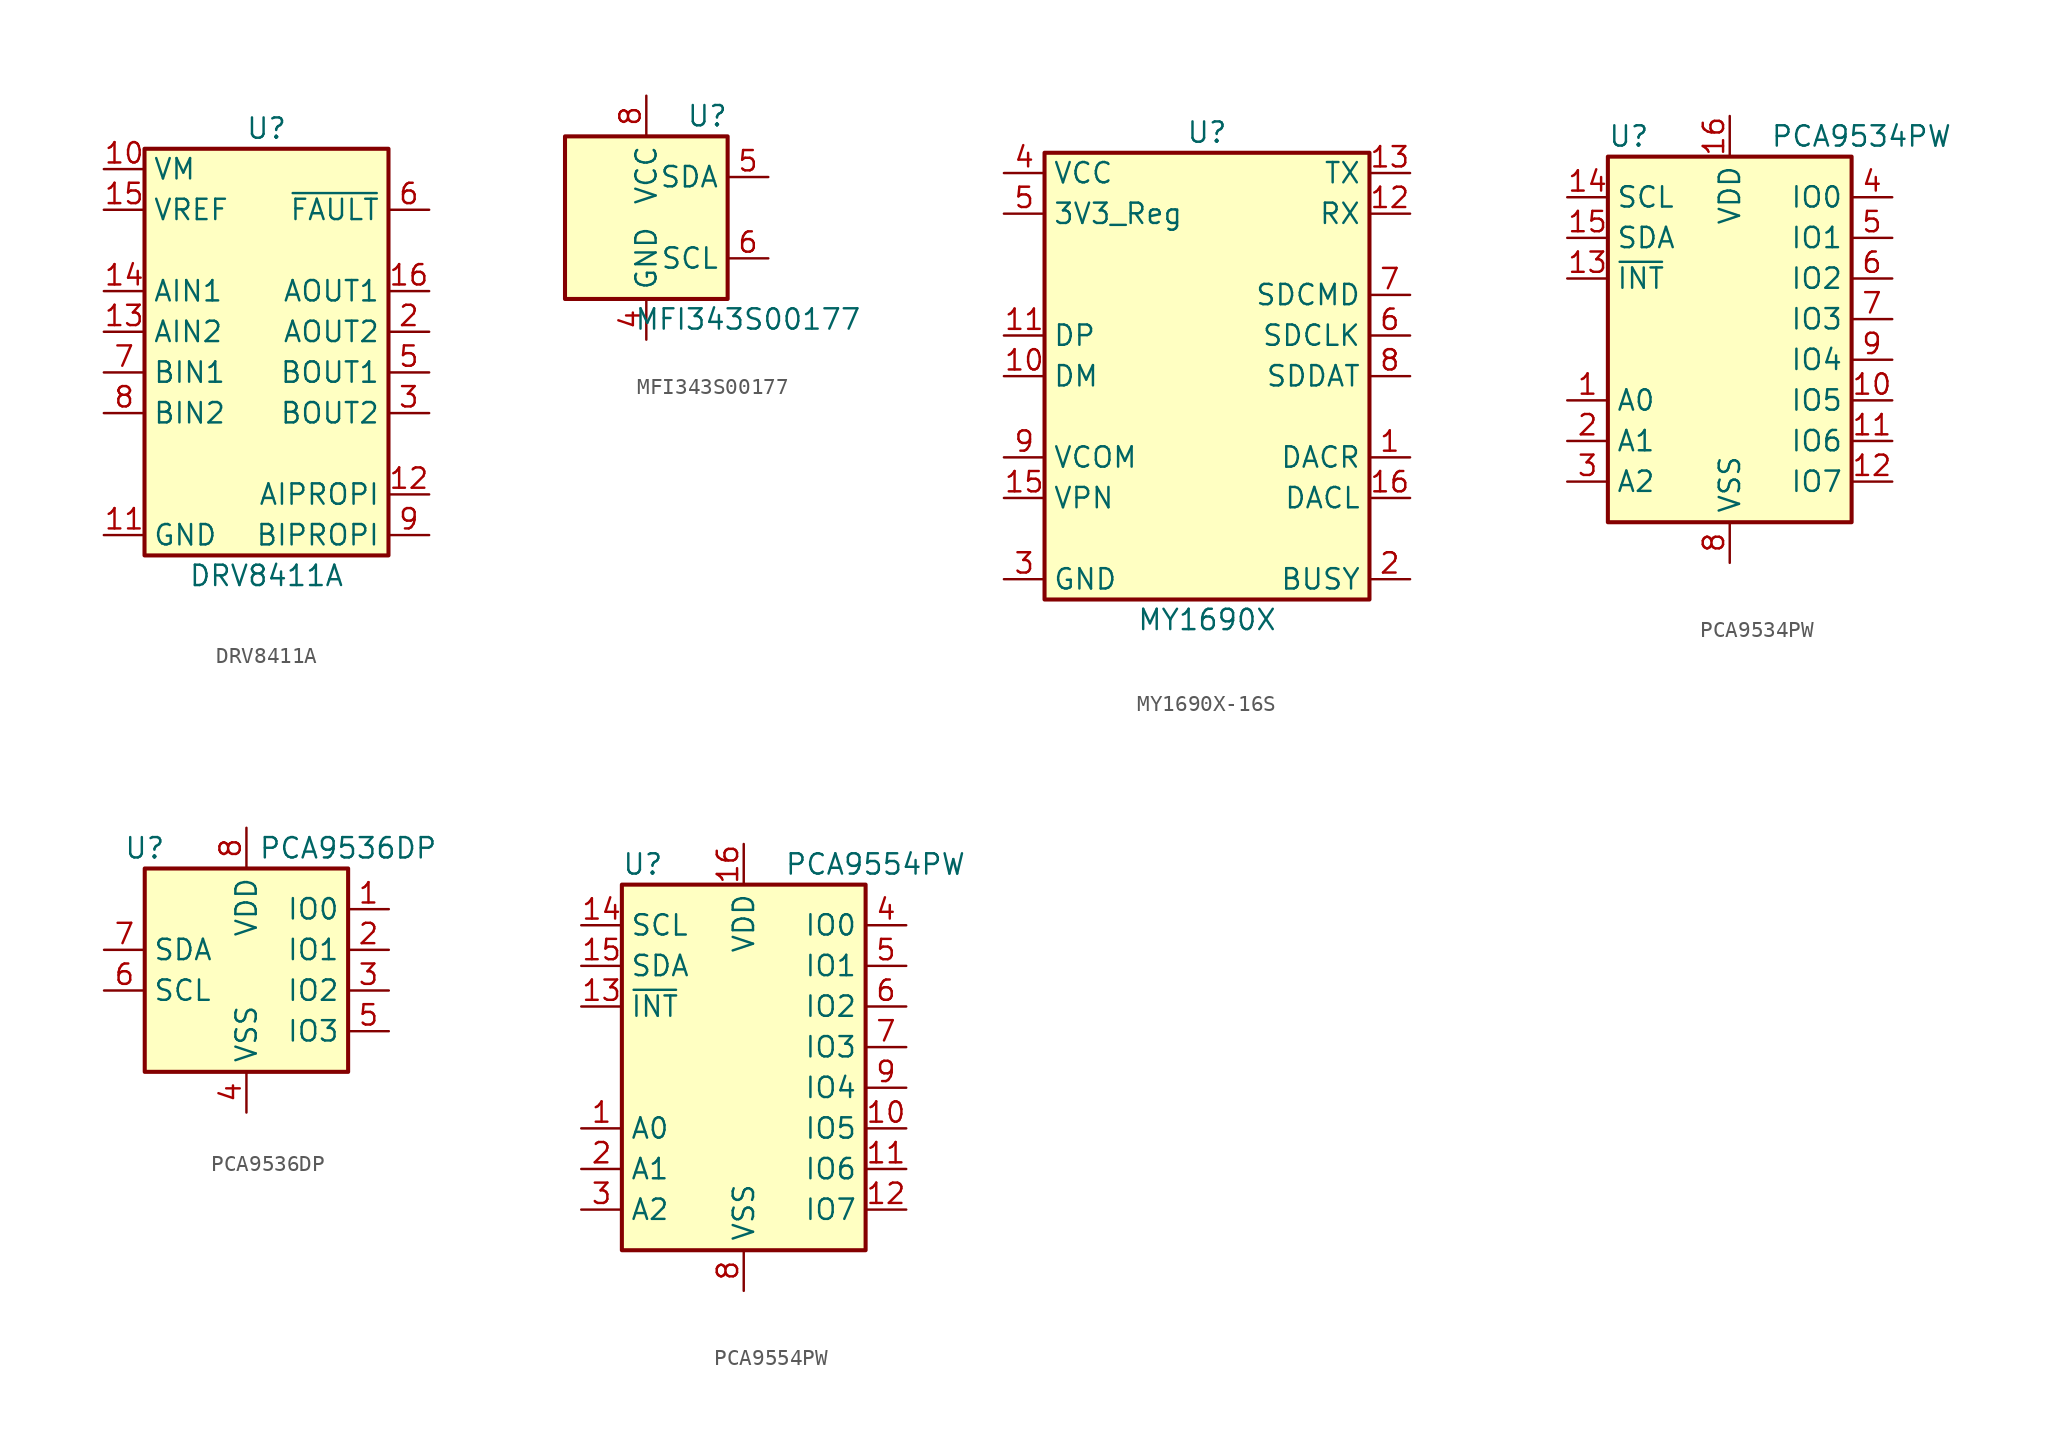
<source format=kicad_sym>
(kicad_symbol_lib
  (version 20241209)
  (generator "kicad_symbol_editor")
  (generator_version "9.0")
  (symbol "DRV8411A"
    (property "Reference" "U"
      (at 0 13.97 0)
      (effects (font (size 1.27 1.27))))
    (property "Value" "DRV8411A"
      (at 0 -13.97 0)
      (effects (font (size 1.27 1.27))))
    (symbol "DRV8411A_0_1"
      (rectangle (start -7.62 12.7) (end 7.62 -12.7) (stroke (width 0.254) (type default)) (fill (type background))))
    (symbol "DRV8411A_1_1"
      (pin power_in line (at -10.16 11.43 0) (length 2.54) (name "VM" (effects (font (size 1.27 1.27)))) (number "10" (effects (font (size 1.27 1.27)))))
      (pin power_in line (at -10.16 8.89 0) (length 2.54) (name "VREF" (effects (font (size 1.27 1.27)))) (number "15" (effects (font (size 1.27 1.27)))))
      (pin input line (at -10.16 3.81 0) (length 2.54) (name "AIN1" (effects (font (size 1.27 1.27)))) (number "14" (effects (font (size 1.27 1.27)))))
      (pin input line (at -10.16 1.27 0) (length 2.54) (name "AIN2" (effects (font (size 1.27 1.27)))) (number "13" (effects (font (size 1.27 1.27)))))
      (pin input line (at -10.16 -1.27 0) (length 2.54) (name "BIN1" (effects (font (size 1.27 1.27)))) (number "7" (effects (font (size 1.27 1.27)))))
      (pin input line (at -10.16 -3.81 0) (length 2.54) (name "BIN2" (effects (font (size 1.27 1.27)))) (number "8" (effects (font (size 1.27 1.27)))))
      (pin power_in line (at -10.16 -11.43 0) (length 2.54) (hide yes) (name "PGNDA" (effects (font (size 1.27 1.27)))) (number "1" (effects (font (size 1.27 1.27)))))
      (pin power_in line (at -10.16 -11.43 0) (length 2.54) (name "GND" (effects (font (size 1.27 1.27)))) (number "11" (effects (font (size 1.27 1.27)))))
      (pin power_in line (at -10.16 -11.43 0) (length 2.54) (hide yes) (name "PGNDB" (effects (font (size 1.27 1.27)))) (number "4" (effects (font (size 1.27 1.27)))))
      (pin power_in line (at -10.16 -11.43 0) (length 2.54) (hide yes) (name "PAD" (effects (font (size 1.27 1.27)))) (number "EP" (effects (font (size 1.27 1.27)))))
      (pin output line (at 10.16 8.89 180) (length 2.54) (name "~{FAULT}" (effects (font (size 1.27 1.27)))) (number "6" (effects (font (size 1.27 1.27)))))
      (pin output line (at 10.16 3.81 180) (length 2.54) (name "AOUT1" (effects (font (size 1.27 1.27)))) (number "16" (effects (font (size 1.27 1.27)))))
      (pin output line (at 10.16 1.27 180) (length 2.54) (name "AOUT2" (effects (font (size 1.27 1.27)))) (number "2" (effects (font (size 1.27 1.27)))))
      (pin output line (at 10.16 -1.27 180) (length 2.54) (name "BOUT1" (effects (font (size 1.27 1.27)))) (number "5" (effects (font (size 1.27 1.27)))))
      (pin output line (at 10.16 -3.81 180) (length 2.54) (name "BOUT2" (effects (font (size 1.27 1.27)))) (number "3" (effects (font (size 1.27 1.27)))))
      (pin output line (at 10.16 -8.89 180) (length 2.54) (name "AIPROPI" (effects (font (size 1.27 1.27)))) (number "12" (effects (font (size 1.27 1.27)))))
      (pin output line (at 10.16 -11.43 180) (length 2.54) (name "BIPROPI" (effects (font (size 1.27 1.27)))) (number "9" (effects (font (size 1.27 1.27)))))))
  (symbol "MFI343S00177"
    (property "Reference" "U"
      (at 3.81 6.35 0)
      (effects (font (size 1.27 1.27))))
    (property "Value" "MFI343S00177"
      (at 6.35 -6.35 0)
      (effects (font (size 1.27 1.27))))
    (symbol "MFI343S00177_0_1"
      (rectangle (start -5.08 5.08) (end 5.08 -5.08) (stroke (width 0.254) (type default)) (fill (type background))))
    (symbol "MFI343S00177_1_1"
      (pin no_connect line (at -5.08 2.54 0) (length 2.54) (hide yes) (name "EP" (effects (font (size 1.27 1.27)))) (number "9" (effects (font (size 1.27 1.27)))))
      (pin no_connect line (at -5.08 0 0) (length 2.54) (hide yes) (name "NC" (effects (font (size 1.27 1.27)))) (number "2" (effects (font (size 1.27 1.27)))))
      (pin no_connect line (at -5.08 -2.54 0) (length 2.54) (hide yes) (name "NC" (effects (font (size 1.27 1.27)))) (number "3" (effects (font (size 1.27 1.27)))))
      (pin power_in line (at 0 7.62 270) (length 2.54) (name "VCC" (effects (font (size 1.27 1.27)))) (number "8" (effects (font (size 1.27 1.27)))))
      (pin power_in line (at 0 -7.62 90) (length 2.54) (hide yes) (name "GND" (effects (font (size 1.27 1.27)))) (number "1" (effects (font (size 1.27 1.27)))))
      (pin power_in line (at 0 -7.62 90) (length 2.54) (name "GND" (effects (font (size 1.27 1.27)))) (number "4" (effects (font (size 1.27 1.27)))))
      (pin power_in line (at 0 -7.62 90) (length 2.54) (hide yes) (name "GND" (effects (font (size 1.27 1.27)))) (number "7" (effects (font (size 1.27 1.27)))))
      (pin bidirectional line (at 7.62 2.54 180) (length 2.54) (name "SDA" (effects (font (size 1.27 1.27)))) (number "5" (effects (font (size 1.27 1.27)))))
      (pin input line (at 7.62 -2.54 180) (length 2.54) (name "SCL" (effects (font (size 1.27 1.27)))) (number "6" (effects (font (size 1.27 1.27)))))))
  (symbol "MY1690X-16S"
    (property "Reference" "U"
      (at 0 15.24 0)
      (effects (font (size 1.27 1.27))))
    (property "Value" "MY1690X"
      (at 0 -15.24 0)
      (effects (font (size 1.27 1.27))))
    (symbol "MY1690X-16S_1_0"
      (rectangle (start -10.16 13.97) (end 10.16 -13.97) (stroke (width 0.254) (type default)) (fill (type background)))
      (pin power_in line (at -12.7 12.7 0) (length 2.54) (name "VCC" (effects (font (size 1.27 1.27)))) (number "4" (effects (font (size 1.27 1.27)))))
      (pin output line (at -12.7 10.16 0) (length 2.54) (name "3V3_Reg" (effects (font (size 1.27 1.27)))) (number "5" (effects (font (size 1.27 1.27)))))
      (pin bidirectional line (at -12.7 2.54 0) (length 2.54) (name "DP" (effects (font (size 1.27 1.27)))) (number "11" (effects (font (size 1.27 1.27)))))
      (pin bidirectional line (at -12.7 0 0) (length 2.54) (name "DM" (effects (font (size 1.27 1.27)))) (number "10" (effects (font (size 1.27 1.27)))))
      (pin power_out line (at -12.7 -5.08 0) (length 2.54) (name "VCOM" (effects (font (size 1.27 1.27)))) (number "9" (effects (font (size 1.27 1.27)))))
      (pin power_out line (at -12.7 -7.62 0) (length 2.54) (name "VPN" (effects (font (size 1.27 1.27)))) (number "15" (effects (font (size 1.27 1.27)))))
      (pin power_in line (at -12.7 -12.7 0) (length 2.54) (hide yes) (name "GND" (effects (font (size 1.27 1.27)))) (number "14" (effects (font (size 1.27 1.27)))))
      (pin power_in line (at -12.7 -12.7 0) (length 2.54) (name "GND" (effects (font (size 1.27 1.27)))) (number "3" (effects (font (size 1.27 1.27)))))
      (pin output line (at 12.7 12.7 180) (length 2.54) (name "TX" (effects (font (size 1.27 1.27)))) (number "13" (effects (font (size 1.27 1.27)))))
      (pin input line (at 12.7 10.16 180) (length 2.54) (name "RX" (effects (font (size 1.27 1.27)))) (number "12" (effects (font (size 1.27 1.27)))))
      (pin output line (at 12.7 5.08 180) (length 2.54) (name "SDCMD" (effects (font (size 1.27 1.27)))) (number "7" (effects (font (size 1.27 1.27)))))
      (pin output line (at 12.7 2.54 180) (length 2.54) (name "SDCLK" (effects (font (size 1.27 1.27)))) (number "6" (effects (font (size 1.27 1.27)))))
      (pin bidirectional line (at 12.7 0 180) (length 2.54) (name "SDDAT" (effects (font (size 1.27 1.27)))) (number "8" (effects (font (size 1.27 1.27)))))
      (pin output line (at 12.7 -5.08 180) (length 2.54) (name "DACR" (effects (font (size 1.27 1.27)))) (number "1" (effects (font (size 1.27 1.27)))))
      (pin output line (at 12.7 -7.62 180) (length 2.54) (name "DACL" (effects (font (size 1.27 1.27)))) (number "16" (effects (font (size 1.27 1.27)))))
      (pin output line (at 12.7 -12.7 180) (length 2.54) (name "BUSY" (effects (font (size 1.27 1.27)))) (number "2" (effects (font (size 1.27 1.27)))))))
  (symbol "PCA9534PW"
    (property "Reference" "U"
      (at -7.62 11.43 0)
      (effects (font (size 1.27 1.27)) (justify left)))
    (property "Value" "PCA9534PW"
      (at 2.54 11.43 0)
      (effects (font (size 1.27 1.27)) (justify left)))
    (symbol "PCA9534PW_0_1"
      (rectangle (start -7.62 -12.7) (end 7.62 10.16) (stroke (width 0.254) (type default)) (fill (type background))))
    (symbol "PCA9534PW_1_1"
      (pin input line (at -10.16 7.62 0) (length 2.54) (name "SCL" (effects (font (size 1.27 1.27)))) (number "14" (effects (font (size 1.27 1.27)))))
      (pin bidirectional line (at -10.16 5.08 0) (length 2.54) (name "SDA" (effects (font (size 1.27 1.27)))) (number "15" (effects (font (size 1.27 1.27)))))
      (pin output line (at -10.16 2.54 0) (length 2.54) (name "~{INT}" (effects (font (size 1.27 1.27)))) (number "13" (effects (font (size 1.27 1.27)))))
      (pin input line (at -10.16 -5.08 0) (length 2.54) (name "A0" (effects (font (size 1.27 1.27)))) (number "1" (effects (font (size 1.27 1.27)))))
      (pin input line (at -10.16 -7.62 0) (length 2.54) (name "A1" (effects (font (size 1.27 1.27)))) (number "2" (effects (font (size 1.27 1.27)))))
      (pin input line (at -10.16 -10.16 0) (length 2.54) (name "A2" (effects (font (size 1.27 1.27)))) (number "3" (effects (font (size 1.27 1.27)))))
      (pin power_in line (at 0 12.7 270) (length 2.54) (name "VDD" (effects (font (size 1.27 1.27)))) (number "16" (effects (font (size 1.27 1.27)))))
      (pin power_in line (at 0 -15.24 90) (length 2.54) (name "VSS" (effects (font (size 1.27 1.27)))) (number "8" (effects (font (size 1.27 1.27)))))
      (pin bidirectional line (at 10.16 7.62 180) (length 2.54) (name "IO0" (effects (font (size 1.27 1.27)))) (number "4" (effects (font (size 1.27 1.27)))))
      (pin bidirectional line (at 10.16 5.08 180) (length 2.54) (name "IO1" (effects (font (size 1.27 1.27)))) (number "5" (effects (font (size 1.27 1.27)))))
      (pin bidirectional line (at 10.16 2.54 180) (length 2.54) (name "IO2" (effects (font (size 1.27 1.27)))) (number "6" (effects (font (size 1.27 1.27)))))
      (pin bidirectional line (at 10.16 0 180) (length 2.54) (name "IO3" (effects (font (size 1.27 1.27)))) (number "7" (effects (font (size 1.27 1.27)))))
      (pin bidirectional line (at 10.16 -2.54 180) (length 2.54) (name "IO4" (effects (font (size 1.27 1.27)))) (number "9" (effects (font (size 1.27 1.27)))))
      (pin bidirectional line (at 10.16 -5.08 180) (length 2.54) (name "IO5" (effects (font (size 1.27 1.27)))) (number "10" (effects (font (size 1.27 1.27)))))
      (pin bidirectional line (at 10.16 -7.62 180) (length 2.54) (name "IO6" (effects (font (size 1.27 1.27)))) (number "11" (effects (font (size 1.27 1.27)))))
      (pin bidirectional line (at 10.16 -10.16 180) (length 2.54) (name "IO7" (effects (font (size 1.27 1.27)))) (number "12" (effects (font (size 1.27 1.27)))))))
  (symbol "PCA9536DP"
    (property "Reference" "U"
      (at -6.35 7.62 0)
      (effects (font (size 1.27 1.27))))
    (property "Value" "PCA9536DP"
      (at 6.35 7.62 0)
      (effects (font (size 1.27 1.27))))
    (symbol "PCA9536DP_0_1"
      (rectangle (start -6.35 6.35) (end 6.35 -6.35) (stroke (width 0.254) (type default)) (fill (type background))))
    (symbol "PCA9536DP_1_1"
      (pin bidirectional line (at -8.89 1.27 0) (length 2.54) (name "SDA" (effects (font (size 1.27 1.27)))) (number "7" (effects (font (size 1.27 1.27)))))
      (pin input line (at -8.89 -1.27 0) (length 2.54) (name "SCL" (effects (font (size 1.27 1.27)))) (number "6" (effects (font (size 1.27 1.27)))))
      (pin power_in line (at 0 8.89 270) (length 2.54) (name "VDD" (effects (font (size 1.27 1.27)))) (number "8" (effects (font (size 1.27 1.27)))))
      (pin power_in line (at 0 -8.89 90) (length 2.54) (name "VSS" (effects (font (size 1.27 1.27)))) (number "4" (effects (font (size 1.27 1.27)))))
      (pin bidirectional line (at 8.89 3.81 180) (length 2.54) (name "IO0" (effects (font (size 1.27 1.27)))) (number "1" (effects (font (size 1.27 1.27)))))
      (pin bidirectional line (at 8.89 1.27 180) (length 2.54) (name "IO1" (effects (font (size 1.27 1.27)))) (number "2" (effects (font (size 1.27 1.27)))))
      (pin bidirectional line (at 8.89 -1.27 180) (length 2.54) (name "IO2" (effects (font (size 1.27 1.27)))) (number "3" (effects (font (size 1.27 1.27)))))
      (pin bidirectional line (at 8.89 -3.81 180) (length 2.54) (name "IO3" (effects (font (size 1.27 1.27)))) (number "5" (effects (font (size 1.27 1.27)))))))
  (symbol "PCA9554PW"
    (property "Reference" "U"
      (at -7.62 11.43 0)
      (effects (font (size 1.27 1.27)) (justify left)))
    (property "Value" "PCA9554PW"
      (at 2.54 11.43 0)
      (effects (font (size 1.27 1.27)) (justify left)))
    (symbol "PCA9554PW_0_1"
      (rectangle (start -7.62 -12.7) (end 7.62 10.16) (stroke (width 0.254) (type default)) (fill (type background))))
    (symbol "PCA9554PW_1_1"
      (pin input line (at -10.16 7.62 0) (length 2.54) (name "SCL" (effects (font (size 1.27 1.27)))) (number "14" (effects (font (size 1.27 1.27)))))
      (pin bidirectional line (at -10.16 5.08 0) (length 2.54) (name "SDA" (effects (font (size 1.27 1.27)))) (number "15" (effects (font (size 1.27 1.27)))))
      (pin output line (at -10.16 2.54 0) (length 2.54) (name "~{INT}" (effects (font (size 1.27 1.27)))) (number "13" (effects (font (size 1.27 1.27)))))
      (pin input line (at -10.16 -5.08 0) (length 2.54) (name "A0" (effects (font (size 1.27 1.27)))) (number "1" (effects (font (size 1.27 1.27)))))
      (pin input line (at -10.16 -7.62 0) (length 2.54) (name "A1" (effects (font (size 1.27 1.27)))) (number "2" (effects (font (size 1.27 1.27)))))
      (pin input line (at -10.16 -10.16 0) (length 2.54) (name "A2" (effects (font (size 1.27 1.27)))) (number "3" (effects (font (size 1.27 1.27)))))
      (pin power_in line (at 0 12.7 270) (length 2.54) (name "VDD" (effects (font (size 1.27 1.27)))) (number "16" (effects (font (size 1.27 1.27)))))
      (pin power_in line (at 0 -15.24 90) (length 2.54) (name "VSS" (effects (font (size 1.27 1.27)))) (number "8" (effects (font (size 1.27 1.27)))))
      (pin bidirectional line (at 10.16 7.62 180) (length 2.54) (name "IO0" (effects (font (size 1.27 1.27)))) (number "4" (effects (font (size 1.27 1.27)))))
      (pin bidirectional line (at 10.16 5.08 180) (length 2.54) (name "IO1" (effects (font (size 1.27 1.27)))) (number "5" (effects (font (size 1.27 1.27)))))
      (pin bidirectional line (at 10.16 2.54 180) (length 2.54) (name "IO2" (effects (font (size 1.27 1.27)))) (number "6" (effects (font (size 1.27 1.27)))))
      (pin bidirectional line (at 10.16 0 180) (length 2.54) (name "IO3" (effects (font (size 1.27 1.27)))) (number "7" (effects (font (size 1.27 1.27)))))
      (pin bidirectional line (at 10.16 -2.54 180) (length 2.54) (name "IO4" (effects (font (size 1.27 1.27)))) (number "9" (effects (font (size 1.27 1.27)))))
      (pin bidirectional line (at 10.16 -5.08 180) (length 2.54) (name "IO5" (effects (font (size 1.27 1.27)))) (number "10" (effects (font (size 1.27 1.27)))))
      (pin bidirectional line (at 10.16 -7.62 180) (length 2.54) (name "IO6" (effects (font (size 1.27 1.27)))) (number "11" (effects (font (size 1.27 1.27)))))
      (pin bidirectional line (at 10.16 -10.16 180) (length 2.54) (name "IO7" (effects (font (size 1.27 1.27)))) (number "12" (effects (font (size 1.27 1.27))))))))
</source>
